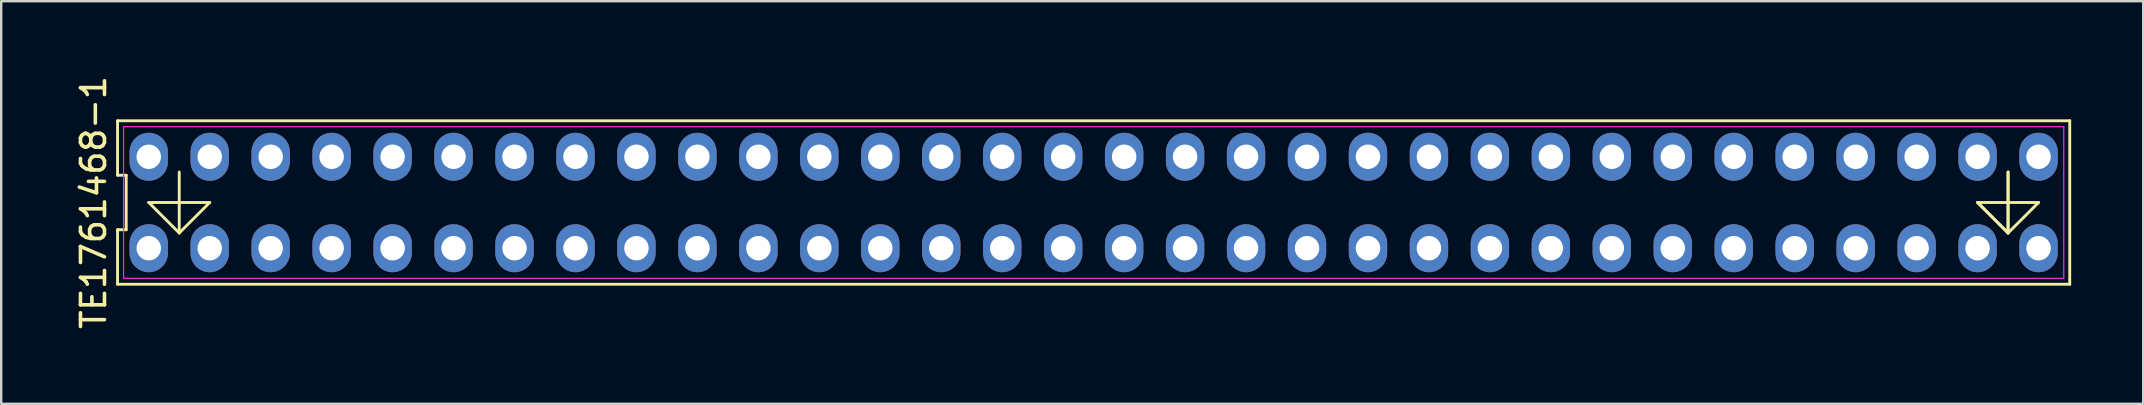
<source format=kicad_pcb>
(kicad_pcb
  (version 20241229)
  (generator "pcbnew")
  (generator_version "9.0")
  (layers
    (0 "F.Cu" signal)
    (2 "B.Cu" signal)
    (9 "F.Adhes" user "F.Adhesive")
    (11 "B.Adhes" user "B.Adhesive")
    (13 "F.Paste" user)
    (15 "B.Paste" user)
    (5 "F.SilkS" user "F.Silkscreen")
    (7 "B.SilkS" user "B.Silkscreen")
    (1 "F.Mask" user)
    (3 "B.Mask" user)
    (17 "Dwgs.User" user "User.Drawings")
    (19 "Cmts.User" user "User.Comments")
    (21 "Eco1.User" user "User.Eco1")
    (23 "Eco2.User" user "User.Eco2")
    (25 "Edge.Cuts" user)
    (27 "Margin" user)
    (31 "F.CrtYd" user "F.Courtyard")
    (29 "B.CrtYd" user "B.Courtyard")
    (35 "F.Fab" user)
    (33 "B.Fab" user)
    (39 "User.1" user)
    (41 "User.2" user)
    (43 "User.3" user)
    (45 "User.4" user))
  (footprint "TE1761468-1"
    (layer "F.Cu")
    (at 42.518 5.387)
    (property "Reference" "TE1761468-1" (at -41.67 0 90) (layer "F.SilkS") (effects (font (size 1 1) (thickness 0.15))))
    (attr through_hole)
    (fp_line (start -40.67 -3.405) (end -40.67 -1.135) (stroke (width 0.12) (type solid)) (layer "F.SilkS"))
    (fp_line (start -40.67 -1.135) (end -40.31 -1.135) (stroke (width 0.12) (type solid)) (layer "F.SilkS"))
    (fp_line (start -40.67 1.135) (end -40.67 3.405) (stroke (width 0.12) (type solid)) (layer "F.SilkS"))
    (fp_line (start -40.67 3.405) (end 40.67 3.405) (stroke (width 0.12) (type solid)) (layer "F.SilkS"))
    (fp_line (start -40.31 -1.135) (end -40.31 1.135) (stroke (width 0.12) (type solid)) (layer "F.SilkS"))
    (fp_line (start -40.31 1.135) (end -40.67 1.135) (stroke (width 0.12) (type solid)) (layer "F.SilkS"))
    (fp_line (start -39.37 0) (end -36.83 0) (stroke (width 0.12) (type solid)) (layer "F.SilkS"))
    (fp_line (start -38.1 1.27) (end -39.37 0) (stroke (width 0.12) (type solid)) (layer "F.SilkS"))
    (fp_line (start -38.1 1.27) (end -38.1 -1.27) (stroke (width 0.12) (type solid)) (layer "F.SilkS"))
    (fp_line (start -36.83 0) (end -38.1 1.27) (stroke (width 0.12) (type solid)) (layer "F.SilkS"))
    (fp_line (start 36.83 0) (end 38.1 1.27) (stroke (width 0.12) (type solid)) (layer "F.SilkS"))
    (fp_line (start 38.1 -1.27) (end 38.1 1.27) (stroke (width 0.12) (type solid)) (layer "F.SilkS"))
    (fp_line (start 38.1 1.27) (end 36.83 0) (stroke (width 0.12) (type solid)) (layer "F.SilkS"))
    (fp_line (start 38.1 1.27) (end 38.1 -1.27) (stroke (width 0.12) (type solid)) (layer "F.SilkS"))
    (fp_line (start 38.1 1.27) (end 39.37 0) (stroke (width 0.12) (type solid)) (layer "F.SilkS"))
    (fp_line (start 39.37 0) (end 36.83 0) (stroke (width 0.12) (type solid)) (layer "F.SilkS"))
    (fp_line (start 40.67 -3.405) (end -40.67 -3.405) (stroke (width 0.12) (type solid)) (layer "F.SilkS"))
    (fp_line (start 40.67 3.405) (end 40.67 -3.405) (stroke (width 0.12) (type solid)) (layer "F.SilkS"))
    (fp_line (start -40.42 -3.16) (end 40.42 -3.16) (stroke (width 0.05) (type solid)) (layer "F.CrtYd"))
    (fp_line (start -40.42 3.16) (end -40.42 -3.16) (stroke (width 0.05) (type solid)) (layer "F.CrtYd"))
    (fp_line (start 40.42 -3.16) (end 40.42 3.16) (stroke (width 0.05) (type solid)) (layer "F.CrtYd"))
    (fp_line (start 40.42 3.16) (end -40.42 3.16) (stroke (width 0.05) (type solid)) (layer "F.CrtYd"))
    (pad "1" thru_hole oval (at -39.37 1.905) (size 1.6 2) (drill 1.02) (layers "*.Cu" "*.Mask"))
    (pad "2" thru_hole oval (at -36.83 1.905) (size 1.6 2) (drill 1.02) (layers "*.Cu" "*.Mask"))
    (pad "3" thru_hole oval (at -34.29 1.905) (size 1.6 2) (drill 1.02) (layers "*.Cu" "*.Mask"))
    (pad "4" thru_hole oval (at -31.75 1.905) (size 1.6 2) (drill 1.02) (layers "*.Cu" "*.Mask"))
    (pad "5" thru_hole oval (at -29.21 1.905) (size 1.6 2) (drill 1.02) (layers "*.Cu" "*.Mask"))
    (pad "6" thru_hole oval (at -26.67 1.905) (size 1.6 2) (drill 1.02) (layers "*.Cu" "*.Mask"))
    (pad "7" thru_hole oval (at -24.13 1.905) (size 1.6 2) (drill 1.02) (layers "*.Cu" "*.Mask"))
    (pad "8" thru_hole oval (at -21.59 1.905) (size 1.6 2) (drill 1.02) (layers "*.Cu" "*.Mask"))
    (pad "9" thru_hole oval (at -19.05 1.905) (size 1.6 2) (drill 1.02) (layers "*.Cu" "*.Mask"))
    (pad "10" thru_hole oval (at -16.51 1.905) (size 1.6 2) (drill 1.02) (layers "*.Cu" "*.Mask"))
    (pad "11" thru_hole oval (at -13.97 1.905) (size 1.6 2) (drill 1.02) (layers "*.Cu" "*.Mask"))
    (pad "12" thru_hole oval (at -11.43 1.905) (size 1.6 2) (drill 1.02) (layers "*.Cu" "*.Mask"))
    (pad "13" thru_hole oval (at -8.89 1.905) (size 1.6 2) (drill 1.02) (layers "*.Cu" "*.Mask"))
    (pad "14" thru_hole oval (at -6.35 1.905) (size 1.6 2) (drill 1.02) (layers "*.Cu" "*.Mask"))
    (pad "15" thru_hole oval (at -3.81 1.905) (size 1.6 2) (drill 1.02) (layers "*.Cu" "*.Mask"))
    (pad "16" thru_hole oval (at -1.27 1.905) (size 1.6 2) (drill 1.02) (layers "*.Cu" "*.Mask"))
    (pad "17" thru_hole oval (at 1.27 1.905) (size 1.6 2) (drill 1.02) (layers "*.Cu" "*.Mask"))
    (pad "18" thru_hole oval (at 3.81 1.905) (size 1.6 2) (drill 1.02) (layers "*.Cu" "*.Mask"))
    (pad "19" thru_hole oval (at 6.35 1.905) (size 1.6 2) (drill 1.02) (layers "*.Cu" "*.Mask"))
    (pad "20" thru_hole oval (at 8.89 1.905) (size 1.6 2) (drill 1.02) (layers "*.Cu" "*.Mask"))
    (pad "21" thru_hole oval (at 11.43 1.905) (size 1.6 2) (drill 1.02) (layers "*.Cu" "*.Mask"))
    (pad "22" thru_hole oval (at 13.97 1.905) (size 1.6 2) (drill 1.02) (layers "*.Cu" "*.Mask"))
    (pad "23" thru_hole oval (at 16.51 1.905) (size 1.6 2) (drill 1.02) (layers "*.Cu" "*.Mask"))
    (pad "24" thru_hole oval (at 19.05 1.905) (size 1.6 2) (drill 1.02) (layers "*.Cu" "*.Mask"))
    (pad "25" thru_hole oval (at 21.59 1.905) (size 1.6 2) (drill 1.02) (layers "*.Cu" "*.Mask"))
    (pad "26" thru_hole oval (at 24.13 1.905) (size 1.6 2) (drill 1.02) (layers "*.Cu" "*.Mask"))
    (pad "27" thru_hole oval (at 26.67 1.905) (size 1.6 2) (drill 1.02) (layers "*.Cu" "*.Mask"))
    (pad "28" thru_hole oval (at 29.21 1.905) (size 1.6 2) (drill 1.02) (layers "*.Cu" "*.Mask"))
    (pad "29" thru_hole oval (at 31.75 1.905) (size 1.6 2) (drill 1.02) (layers "*.Cu" "*.Mask"))
    (pad "30" thru_hole oval (at 34.29 1.905) (size 1.6 2) (drill 1.02) (layers "*.Cu" "*.Mask"))
    (pad "31" thru_hole oval (at 36.83 1.905) (size 1.6 2) (drill 1.02) (layers "*.Cu" "*.Mask"))
    (pad "32" thru_hole oval (at 39.37 1.905) (size 1.6 2) (drill 1.02) (layers "*.Cu" "*.Mask"))
    (pad "33" thru_hole oval (at 39.37 -1.905) (size 1.6 2) (drill 1.02) (layers "*.Cu" "*.Mask"))
    (pad "34" thru_hole oval (at 36.83 -1.905) (size 1.6 2) (drill 1.02) (layers "*.Cu" "*.Mask"))
    (pad "35" thru_hole oval (at 34.29 -1.905) (size 1.6 2) (drill 1.02) (layers "*.Cu" "*.Mask"))
    (pad "36" thru_hole oval (at 31.75 -1.905) (size 1.6 2) (drill 1.02) (layers "*.Cu" "*.Mask"))
    (pad "37" thru_hole oval (at 29.21 -1.905) (size 1.6 2) (drill 1.02) (layers "*.Cu" "*.Mask"))
    (pad "38" thru_hole oval (at 26.67 -1.905) (size 1.6 2) (drill 1.02) (layers "*.Cu" "*.Mask"))
    (pad "39" thru_hole oval (at 24.13 -1.905) (size 1.6 2) (drill 1.02) (layers "*.Cu" "*.Mask"))
    (pad "40" thru_hole oval (at 21.59 -1.905) (size 1.6 2) (drill 1.02) (layers "*.Cu" "*.Mask"))
    (pad "41" thru_hole oval (at 19.05 -1.905) (size 1.6 2) (drill 1.02) (layers "*.Cu" "*.Mask"))
    (pad "42" thru_hole oval (at 16.51 -1.905) (size 1.6 2) (drill 1.02) (layers "*.Cu" "*.Mask"))
    (pad "43" thru_hole oval (at 13.97 -1.905) (size 1.6 2) (drill 1.02) (layers "*.Cu" "*.Mask"))
    (pad "44" thru_hole oval (at 11.43 -1.905) (size 1.6 2) (drill 1.02) (layers "*.Cu" "*.Mask"))
    (pad "45" thru_hole oval (at 8.89 -1.905) (size 1.6 2) (drill 1.02) (layers "*.Cu" "*.Mask"))
    (pad "46" thru_hole oval (at 6.35 -1.905) (size 1.6 2) (drill 1.02) (layers "*.Cu" "*.Mask"))
    (pad "47" thru_hole oval (at 3.81 -1.905) (size 1.6 2) (drill 1.02) (layers "*.Cu" "*.Mask"))
    (pad "48" thru_hole oval (at 1.27 -1.905) (size 1.6 2) (drill 1.02) (layers "*.Cu" "*.Mask"))
    (pad "49" thru_hole oval (at -1.27 -1.905) (size 1.6 2) (drill 1.02) (layers "*.Cu" "*.Mask"))
    (pad "50" thru_hole oval (at -3.81 -1.905) (size 1.6 2) (drill 1.02) (layers "*.Cu" "*.Mask"))
    (pad "51" thru_hole oval (at -6.35 -1.905) (size 1.6 2) (drill 1.02) (layers "*.Cu" "*.Mask"))
    (pad "52" thru_hole oval (at -8.89 -1.905) (size 1.6 2) (drill 1.02) (layers "*.Cu" "*.Mask"))
    (pad "53" thru_hole oval (at -11.43 -1.905) (size 1.6 2) (drill 1.02) (layers "*.Cu" "*.Mask"))
    (pad "54" thru_hole oval (at -13.97 -1.905) (size 1.6 2) (drill 1.02) (layers "*.Cu" "*.Mask"))
    (pad "55" thru_hole oval (at -16.51 -1.905) (size 1.6 2) (drill 1.02) (layers "*.Cu" "*.Mask"))
    (pad "56" thru_hole oval (at -19.05 -1.905) (size 1.6 2) (drill 1.02) (layers "*.Cu" "*.Mask"))
    (pad "57" thru_hole oval (at -21.59 -1.905) (size 1.6 2) (drill 1.02) (layers "*.Cu" "*.Mask"))
    (pad "58" thru_hole oval (at -24.13 -1.905) (size 1.6 2) (drill 1.02) (layers "*.Cu" "*.Mask"))
    (pad "59" thru_hole oval (at -26.67 -1.905) (size 1.6 2) (drill 1.02) (layers "*.Cu" "*.Mask"))
    (pad "60" thru_hole oval (at -29.21 -1.905) (size 1.6 2) (drill 1.02) (layers "*.Cu" "*.Mask"))
    (pad "61" thru_hole oval (at -31.75 -1.905) (size 1.6 2) (drill 1.02) (layers "*.Cu" "*.Mask"))
    (pad "62" thru_hole oval (at -34.29 -1.905) (size 1.6 2) (drill 1.02) (layers "*.Cu" "*.Mask"))
    (pad "63" thru_hole oval (at -36.83 -1.905) (size 1.6 2) (drill 1.02) (layers "*.Cu" "*.Mask"))
    (pad "64" thru_hole oval (at -39.37 -1.905) (size 1.6 2) (drill 1.02) (layers "*.Cu" "*.Mask")))
  (gr_rect
    (start -3 -3)
    (end 86.248 13.774)
    (stroke (width 0.1) (type default))
    (fill no)
    (layer "Edge.Cuts")))
</source>
